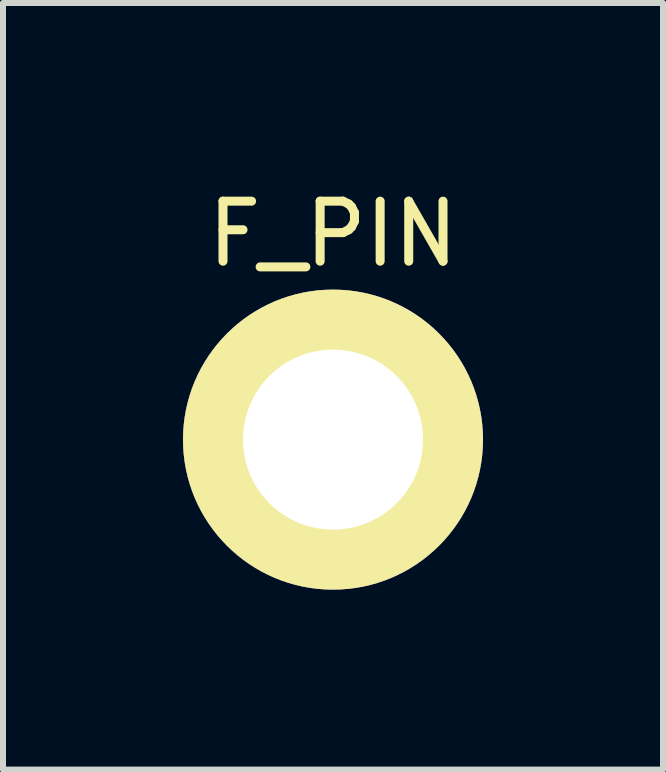
<source format=kicad_pcb>
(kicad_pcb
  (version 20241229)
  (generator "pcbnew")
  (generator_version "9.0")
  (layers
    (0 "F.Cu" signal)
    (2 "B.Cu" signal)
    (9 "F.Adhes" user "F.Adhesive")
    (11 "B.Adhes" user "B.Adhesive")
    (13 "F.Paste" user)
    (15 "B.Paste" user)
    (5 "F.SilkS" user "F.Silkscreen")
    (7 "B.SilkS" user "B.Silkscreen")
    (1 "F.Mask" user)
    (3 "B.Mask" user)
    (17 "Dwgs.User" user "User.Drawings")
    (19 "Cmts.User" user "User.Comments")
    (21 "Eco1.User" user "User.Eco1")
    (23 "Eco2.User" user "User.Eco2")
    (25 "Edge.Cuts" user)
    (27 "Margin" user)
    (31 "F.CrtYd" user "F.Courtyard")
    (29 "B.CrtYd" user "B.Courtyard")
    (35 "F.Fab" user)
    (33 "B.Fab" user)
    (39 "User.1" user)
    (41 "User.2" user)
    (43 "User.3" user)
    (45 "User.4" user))
  (footprint "F_PIN"
    (layer "F.Cu")
    (at 2.5 4.277)
    (property "Reference" "F_PIN" (at 0 -3.429 0) (layer "F.SilkS") (effects (font (size 1 1) (thickness 0.15))))
    (attr through_hole)
    (pad "1" thru_hole circle (at 0 0) (size 5 5) (drill 3) (layers "*.Cu" "*.Mask" "F.SilkS")))
  (gr_rect
    (start -3 -3)
    (end 8 9.777)
    (stroke (width 0.1) (type default))
    (fill no)
    (layer "Edge.Cuts")))
</source>
